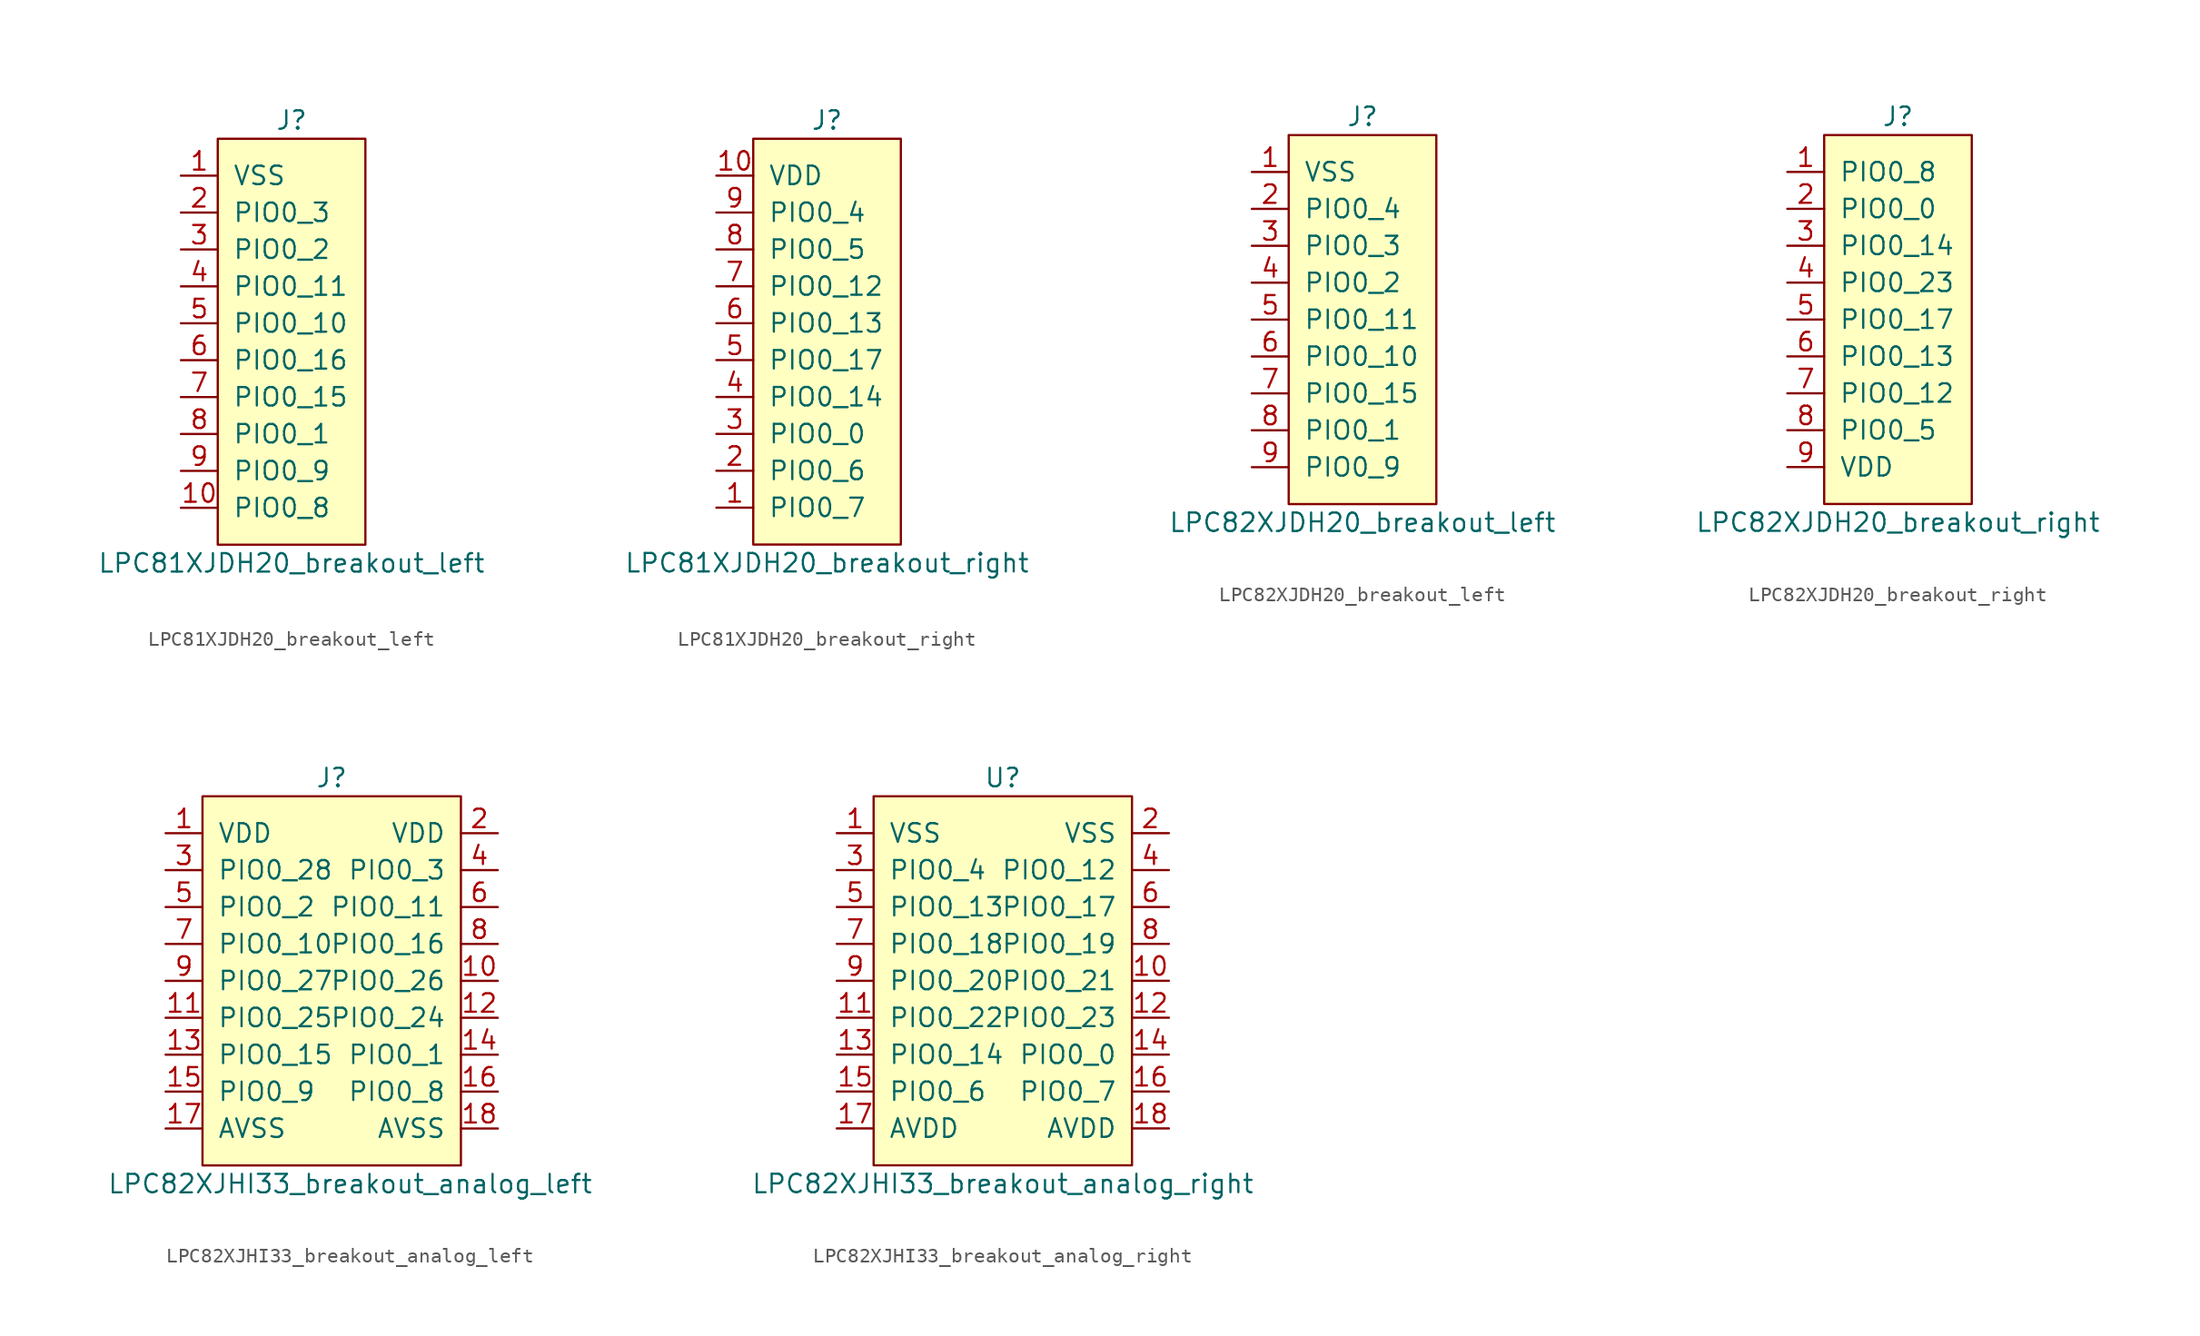
<source format=kicad_sym>
(kicad_symbol_lib
  (version 20211014)
  (generator kicad_symbol_editor)
  (symbol "LPC81XJDH20_breakout_left"
    (pin_names
      (offset 1.016))
    (property "Reference" "J"
      (at 0 15.24 0)
      (effects (font (size 1.27 1.27))))
    (property "Value" "LPC81XJDH20_breakout_left"
      (at 0 -15.24 0)
      (effects (font (size 1.27 1.27))))
    (symbol "LPC81XJDH20_breakout_left_0_1"
      (rectangle (start -5.08 13.97) (end 5.08 -13.97) (stroke (width 0) (type default) (color 0 0 0 0)) (fill (type background))))
    (symbol "LPC81XJDH20_breakout_left_1_1"
      (pin power_out line (at -7.62 11.43 0) (length 2.54) (name "VSS" (effects (font (size 1.27 1.27)))) (number "1" (effects (font (size 1.27 1.27)))))
      (pin bidirectional line (at -7.62 -11.43 0) (length 2.54) (name "PIO0_8" (effects (font (size 1.27 1.27)))) (number "10" (effects (font (size 1.27 1.27)))))
      (pin bidirectional line (at -7.62 8.89 0) (length 2.54) (name "PIO0_3" (effects (font (size 1.27 1.27)))) (number "2" (effects (font (size 1.27 1.27)))))
      (pin bidirectional line (at -7.62 6.35 0) (length 2.54) (name "PIO0_2" (effects (font (size 1.27 1.27)))) (number "3" (effects (font (size 1.27 1.27)))))
      (pin bidirectional line (at -7.62 3.81 0) (length 2.54) (name "PIO0_11" (effects (font (size 1.27 1.27)))) (number "4" (effects (font (size 1.27 1.27)))))
      (pin bidirectional line (at -7.62 1.27 0) (length 2.54) (name "PIO0_10" (effects (font (size 1.27 1.27)))) (number "5" (effects (font (size 1.27 1.27)))))
      (pin bidirectional line (at -7.62 -1.27 0) (length 2.54) (name "PIO0_16" (effects (font (size 1.27 1.27)))) (number "6" (effects (font (size 1.27 1.27)))))
      (pin bidirectional line (at -7.62 -3.81 0) (length 2.54) (name "PIO0_15" (effects (font (size 1.27 1.27)))) (number "7" (effects (font (size 1.27 1.27)))))
      (pin bidirectional line (at -7.62 -6.35 0) (length 2.54) (name "PIO0_1" (effects (font (size 1.27 1.27)))) (number "8" (effects (font (size 1.27 1.27)))))
      (pin bidirectional line (at -7.62 -8.89 0) (length 2.54) (name "PIO0_9" (effects (font (size 1.27 1.27)))) (number "9" (effects (font (size 1.27 1.27)))))))
  (symbol "LPC81XJDH20_breakout_right"
    (pin_names
      (offset 1.016))
    (property "Reference" "J"
      (at 0 15.24 0)
      (effects (font (size 1.27 1.27))))
    (property "Value" "LPC81XJDH20_breakout_right"
      (at 0 -15.24 0)
      (effects (font (size 1.27 1.27))))
    (symbol "LPC81XJDH20_breakout_right_0_1"
      (rectangle (start -5.08 13.97) (end 5.08 -13.97) (stroke (width 0) (type default) (color 0 0 0 0)) (fill (type background))))
    (symbol "LPC81XJDH20_breakout_right_1_1"
      (pin bidirectional line (at -7.62 -11.43 0) (length 2.54) (name "PIO0_7" (effects (font (size 1.27 1.27)))) (number "1" (effects (font (size 1.27 1.27)))))
      (pin power_out line (at -7.62 11.43 0) (length 2.54) (name "VDD" (effects (font (size 1.27 1.27)))) (number "10" (effects (font (size 1.27 1.27)))))
      (pin bidirectional line (at -7.62 -8.89 0) (length 2.54) (name "PIO0_6" (effects (font (size 1.27 1.27)))) (number "2" (effects (font (size 1.27 1.27)))))
      (pin bidirectional line (at -7.62 -6.35 0) (length 2.54) (name "PIO0_0" (effects (font (size 1.27 1.27)))) (number "3" (effects (font (size 1.27 1.27)))))
      (pin bidirectional line (at -7.62 -3.81 0) (length 2.54) (name "PIO0_14" (effects (font (size 1.27 1.27)))) (number "4" (effects (font (size 1.27 1.27)))))
      (pin bidirectional line (at -7.62 -1.27 0) (length 2.54) (name "PIO0_17" (effects (font (size 1.27 1.27)))) (number "5" (effects (font (size 1.27 1.27)))))
      (pin bidirectional line (at -7.62 1.27 0) (length 2.54) (name "PIO0_13" (effects (font (size 1.27 1.27)))) (number "6" (effects (font (size 1.27 1.27)))))
      (pin bidirectional line (at -7.62 3.81 0) (length 2.54) (name "PIO0_12" (effects (font (size 1.27 1.27)))) (number "7" (effects (font (size 1.27 1.27)))))
      (pin bidirectional line (at -7.62 6.35 0) (length 2.54) (name "PIO0_5" (effects (font (size 1.27 1.27)))) (number "8" (effects (font (size 1.27 1.27)))))
      (pin bidirectional line (at -7.62 8.89 0) (length 2.54) (name "PIO0_4" (effects (font (size 1.27 1.27)))) (number "9" (effects (font (size 1.27 1.27)))))))
  (symbol "LPC82XJDH20_breakout_left"
    (pin_names
      (offset 1.016))
    (property "Reference" "J"
      (at 0 13.97 0)
      (effects (font (size 1.27 1.27))))
    (property "Value" "LPC82XJDH20_breakout_left"
      (at 0 -13.97 0)
      (effects (font (size 1.27 1.27))))
    (symbol "LPC82XJDH20_breakout_left_0_1"
      (rectangle (start -5.08 12.7) (end 5.08 -12.7) (stroke (width 0) (type default) (color 0 0 0 0)) (fill (type background))))
    (symbol "LPC82XJDH20_breakout_left_1_1"
      (pin power_out line (at -7.62 10.16 0) (length 2.54) (name "VSS" (effects (font (size 1.27 1.27)))) (number "1" (effects (font (size 1.27 1.27)))))
      (pin bidirectional line (at -7.62 7.62 0) (length 2.54) (name "PIO0_4" (effects (font (size 1.27 1.27)))) (number "2" (effects (font (size 1.27 1.27)))))
      (pin bidirectional line (at -7.62 5.08 0) (length 2.54) (name "PIO0_3" (effects (font (size 1.27 1.27)))) (number "3" (effects (font (size 1.27 1.27)))))
      (pin bidirectional line (at -7.62 2.54 0) (length 2.54) (name "PIO0_2" (effects (font (size 1.27 1.27)))) (number "4" (effects (font (size 1.27 1.27)))))
      (pin bidirectional line (at -7.62 0 0) (length 2.54) (name "PIO0_11" (effects (font (size 1.27 1.27)))) (number "5" (effects (font (size 1.27 1.27)))))
      (pin bidirectional line (at -7.62 -2.54 0) (length 2.54) (name "PIO0_10" (effects (font (size 1.27 1.27)))) (number "6" (effects (font (size 1.27 1.27)))))
      (pin bidirectional line (at -7.62 -5.08 0) (length 2.54) (name "PIO0_15" (effects (font (size 1.27 1.27)))) (number "7" (effects (font (size 1.27 1.27)))))
      (pin bidirectional line (at -7.62 -7.62 0) (length 2.54) (name "PIO0_1" (effects (font (size 1.27 1.27)))) (number "8" (effects (font (size 1.27 1.27)))))
      (pin bidirectional line (at -7.62 -10.16 0) (length 2.54) (name "PIO0_9" (effects (font (size 1.27 1.27)))) (number "9" (effects (font (size 1.27 1.27)))))))
  (symbol "LPC82XJDH20_breakout_right"
    (pin_names
      (offset 1.016))
    (property "Reference" "J"
      (at 0 13.97 0)
      (effects (font (size 1.27 1.27))))
    (property "Value" "LPC82XJDH20_breakout_right"
      (at 0 -13.97 0)
      (effects (font (size 1.27 1.27))))
    (symbol "LPC82XJDH20_breakout_right_0_1"
      (rectangle (start -5.08 12.7) (end 5.08 -12.7) (stroke (width 0) (type default) (color 0 0 0 0)) (fill (type background))))
    (symbol "LPC82XJDH20_breakout_right_1_1"
      (pin bidirectional line (at -7.62 10.16 0) (length 2.54) (name "PIO0_8" (effects (font (size 1.27 1.27)))) (number "1" (effects (font (size 1.27 1.27)))))
      (pin bidirectional line (at -7.62 7.62 0) (length 2.54) (name "PIO0_0" (effects (font (size 1.27 1.27)))) (number "2" (effects (font (size 1.27 1.27)))))
      (pin bidirectional line (at -7.62 5.08 0) (length 2.54) (name "PIO0_14" (effects (font (size 1.27 1.27)))) (number "3" (effects (font (size 1.27 1.27)))))
      (pin bidirectional line (at -7.62 2.54 0) (length 2.54) (name "PIO0_23" (effects (font (size 1.27 1.27)))) (number "4" (effects (font (size 1.27 1.27)))))
      (pin bidirectional line (at -7.62 0 0) (length 2.54) (name "PIO0_17" (effects (font (size 1.27 1.27)))) (number "5" (effects (font (size 1.27 1.27)))))
      (pin bidirectional line (at -7.62 -2.54 0) (length 2.54) (name "PIO0_13" (effects (font (size 1.27 1.27)))) (number "6" (effects (font (size 1.27 1.27)))))
      (pin bidirectional line (at -7.62 -5.08 0) (length 2.54) (name "PIO0_12" (effects (font (size 1.27 1.27)))) (number "7" (effects (font (size 1.27 1.27)))))
      (pin bidirectional line (at -7.62 -7.62 0) (length 2.54) (name "PIO0_5" (effects (font (size 1.27 1.27)))) (number "8" (effects (font (size 1.27 1.27)))))
      (pin power_out line (at -7.62 -10.16 0) (length 2.54) (name "VDD" (effects (font (size 1.27 1.27)))) (number "9" (effects (font (size 1.27 1.27)))))))
  (symbol "LPC82XJHI33_breakout_analog_left"
    (pin_names
      (offset 1.016))
    (property "Reference" "J"
      (at 0 13.97 0)
      (effects (font (size 1.27 1.27))))
    (property "Value" "LPC82XJHI33_breakout_analog_left"
      (at 1.27 -13.97 0)
      (effects (font (size 1.27 1.27))))
    (symbol "LPC82XJHI33_breakout_analog_left_0_1"
      (rectangle (start -8.89 12.7) (end 8.89 -12.7) (stroke (width 0) (type default) (color 0 0 0 0)) (fill (type background))))
    (symbol "LPC82XJHI33_breakout_analog_left_1_1"
      (pin power_out line (at -11.43 10.16 0) (length 2.54) (name "VDD" (effects (font (size 1.27 1.27)))) (number "1" (effects (font (size 1.27 1.27)))))
      (pin bidirectional line (at 11.43 0 180) (length 2.54) (name "PIO0_26" (effects (font (size 1.27 1.27)))) (number "10" (effects (font (size 1.27 1.27)))))
      (pin bidirectional line (at -11.43 -2.54 0) (length 2.54) (name "PIO0_25" (effects (font (size 1.27 1.27)))) (number "11" (effects (font (size 1.27 1.27)))))
      (pin bidirectional line (at 11.43 -2.54 180) (length 2.54) (name "PIO0_24" (effects (font (size 1.27 1.27)))) (number "12" (effects (font (size 1.27 1.27)))))
      (pin bidirectional line (at -11.43 -5.08 0) (length 2.54) (name "PIO0_15" (effects (font (size 1.27 1.27)))) (number "13" (effects (font (size 1.27 1.27)))))
      (pin bidirectional line (at 11.43 -5.08 180) (length 2.54) (name "PIO0_1" (effects (font (size 1.27 1.27)))) (number "14" (effects (font (size 1.27 1.27)))))
      (pin bidirectional line (at -11.43 -7.62 0) (length 2.54) (name "PIO0_9" (effects (font (size 1.27 1.27)))) (number "15" (effects (font (size 1.27 1.27)))))
      (pin bidirectional line (at 11.43 -7.62 180) (length 2.54) (name "PIO0_8" (effects (font (size 1.27 1.27)))) (number "16" (effects (font (size 1.27 1.27)))))
      (pin power_out line (at -11.43 -10.16 0) (length 2.54) (name "AVSS" (effects (font (size 1.27 1.27)))) (number "17" (effects (font (size 1.27 1.27)))))
      (pin power_in line (at 11.43 -10.16 180) (length 2.54) (name "AVSS" (effects (font (size 1.27 1.27)))) (number "18" (effects (font (size 1.27 1.27)))))
      (pin power_in line (at 11.43 10.16 180) (length 2.54) (name "VDD" (effects (font (size 1.27 1.27)))) (number "2" (effects (font (size 1.27 1.27)))))
      (pin bidirectional line (at -11.43 7.62 0) (length 2.54) (name "PIO0_28" (effects (font (size 1.27 1.27)))) (number "3" (effects (font (size 1.27 1.27)))))
      (pin bidirectional line (at 11.43 7.62 180) (length 2.54) (name "PIO0_3" (effects (font (size 1.27 1.27)))) (number "4" (effects (font (size 1.27 1.27)))))
      (pin bidirectional line (at -11.43 5.08 0) (length 2.54) (name "PIO0_2" (effects (font (size 1.27 1.27)))) (number "5" (effects (font (size 1.27 1.27)))))
      (pin bidirectional line (at 11.43 5.08 180) (length 2.54) (name "PIO0_11" (effects (font (size 1.27 1.27)))) (number "6" (effects (font (size 1.27 1.27)))))
      (pin bidirectional line (at -11.43 2.54 0) (length 2.54) (name "PIO0_10" (effects (font (size 1.27 1.27)))) (number "7" (effects (font (size 1.27 1.27)))))
      (pin bidirectional line (at 11.43 2.54 180) (length 2.54) (name "PIO0_16" (effects (font (size 1.27 1.27)))) (number "8" (effects (font (size 1.27 1.27)))))
      (pin bidirectional line (at -11.43 0 0) (length 2.54) (name "PIO0_27" (effects (font (size 1.27 1.27)))) (number "9" (effects (font (size 1.27 1.27)))))))
  (symbol "LPC82XJHI33_breakout_analog_right"
    (pin_names
      (offset 1.016))
    (property "Reference" "U"
      (at 0 13.97 0)
      (effects (font (size 1.27 1.27))))
    (property "Value" "LPC82XJHI33_breakout_analog_right"
      (at 0 -13.97 0)
      (effects (font (size 1.27 1.27))))
    (symbol "LPC82XJHI33_breakout_analog_right_0_1"
      (rectangle (start -8.89 12.7) (end 8.89 -12.7) (stroke (width 0) (type default) (color 0 0 0 0)) (fill (type background))))
    (symbol "LPC82XJHI33_breakout_analog_right_1_1"
      (pin power_out line (at -11.43 10.16 0) (length 2.54) (name "VSS" (effects (font (size 1.27 1.27)))) (number "1" (effects (font (size 1.27 1.27)))))
      (pin bidirectional line (at 11.43 0 180) (length 2.54) (name "PIO0_21" (effects (font (size 1.27 1.27)))) (number "10" (effects (font (size 1.27 1.27)))))
      (pin bidirectional line (at -11.43 -2.54 0) (length 2.54) (name "PIO0_22" (effects (font (size 1.27 1.27)))) (number "11" (effects (font (size 1.27 1.27)))))
      (pin bidirectional line (at 11.43 -2.54 180) (length 2.54) (name "PIO0_23" (effects (font (size 1.27 1.27)))) (number "12" (effects (font (size 1.27 1.27)))))
      (pin bidirectional line (at -11.43 -5.08 0) (length 2.54) (name "PIO0_14" (effects (font (size 1.27 1.27)))) (number "13" (effects (font (size 1.27 1.27)))))
      (pin bidirectional line (at 11.43 -5.08 180) (length 2.54) (name "PIO0_0" (effects (font (size 1.27 1.27)))) (number "14" (effects (font (size 1.27 1.27)))))
      (pin bidirectional line (at -11.43 -7.62 0) (length 2.54) (name "PIO0_6" (effects (font (size 1.27 1.27)))) (number "15" (effects (font (size 1.27 1.27)))))
      (pin bidirectional line (at 11.43 -7.62 180) (length 2.54) (name "PIO0_7" (effects (font (size 1.27 1.27)))) (number "16" (effects (font (size 1.27 1.27)))))
      (pin power_out line (at -11.43 -10.16 0) (length 2.54) (name "AVDD" (effects (font (size 1.27 1.27)))) (number "17" (effects (font (size 1.27 1.27)))))
      (pin power_in line (at 11.43 -10.16 180) (length 2.54) (name "AVDD" (effects (font (size 1.27 1.27)))) (number "18" (effects (font (size 1.27 1.27)))))
      (pin power_in line (at 11.43 10.16 180) (length 2.54) (name "VSS" (effects (font (size 1.27 1.27)))) (number "2" (effects (font (size 1.27 1.27)))))
      (pin bidirectional line (at -11.43 7.62 0) (length 2.54) (name "PIO0_4" (effects (font (size 1.27 1.27)))) (number "3" (effects (font (size 1.27 1.27)))))
      (pin bidirectional line (at 11.43 7.62 180) (length 2.54) (name "PIO0_12" (effects (font (size 1.27 1.27)))) (number "4" (effects (font (size 1.27 1.27)))))
      (pin bidirectional line (at -11.43 5.08 0) (length 2.54) (name "PIO0_13" (effects (font (size 1.27 1.27)))) (number "5" (effects (font (size 1.27 1.27)))))
      (pin bidirectional line (at 11.43 5.08 180) (length 2.54) (name "PIO0_17" (effects (font (size 1.27 1.27)))) (number "6" (effects (font (size 1.27 1.27)))))
      (pin bidirectional line (at -11.43 2.54 0) (length 2.54) (name "PIO0_18" (effects (font (size 1.27 1.27)))) (number "7" (effects (font (size 1.27 1.27)))))
      (pin bidirectional line (at 11.43 2.54 180) (length 2.54) (name "PIO0_19" (effects (font (size 1.27 1.27)))) (number "8" (effects (font (size 1.27 1.27)))))
      (pin bidirectional line (at -11.43 0 0) (length 2.54) (name "PIO0_20" (effects (font (size 1.27 1.27)))) (number "9" (effects (font (size 1.27 1.27))))))))
</source>
